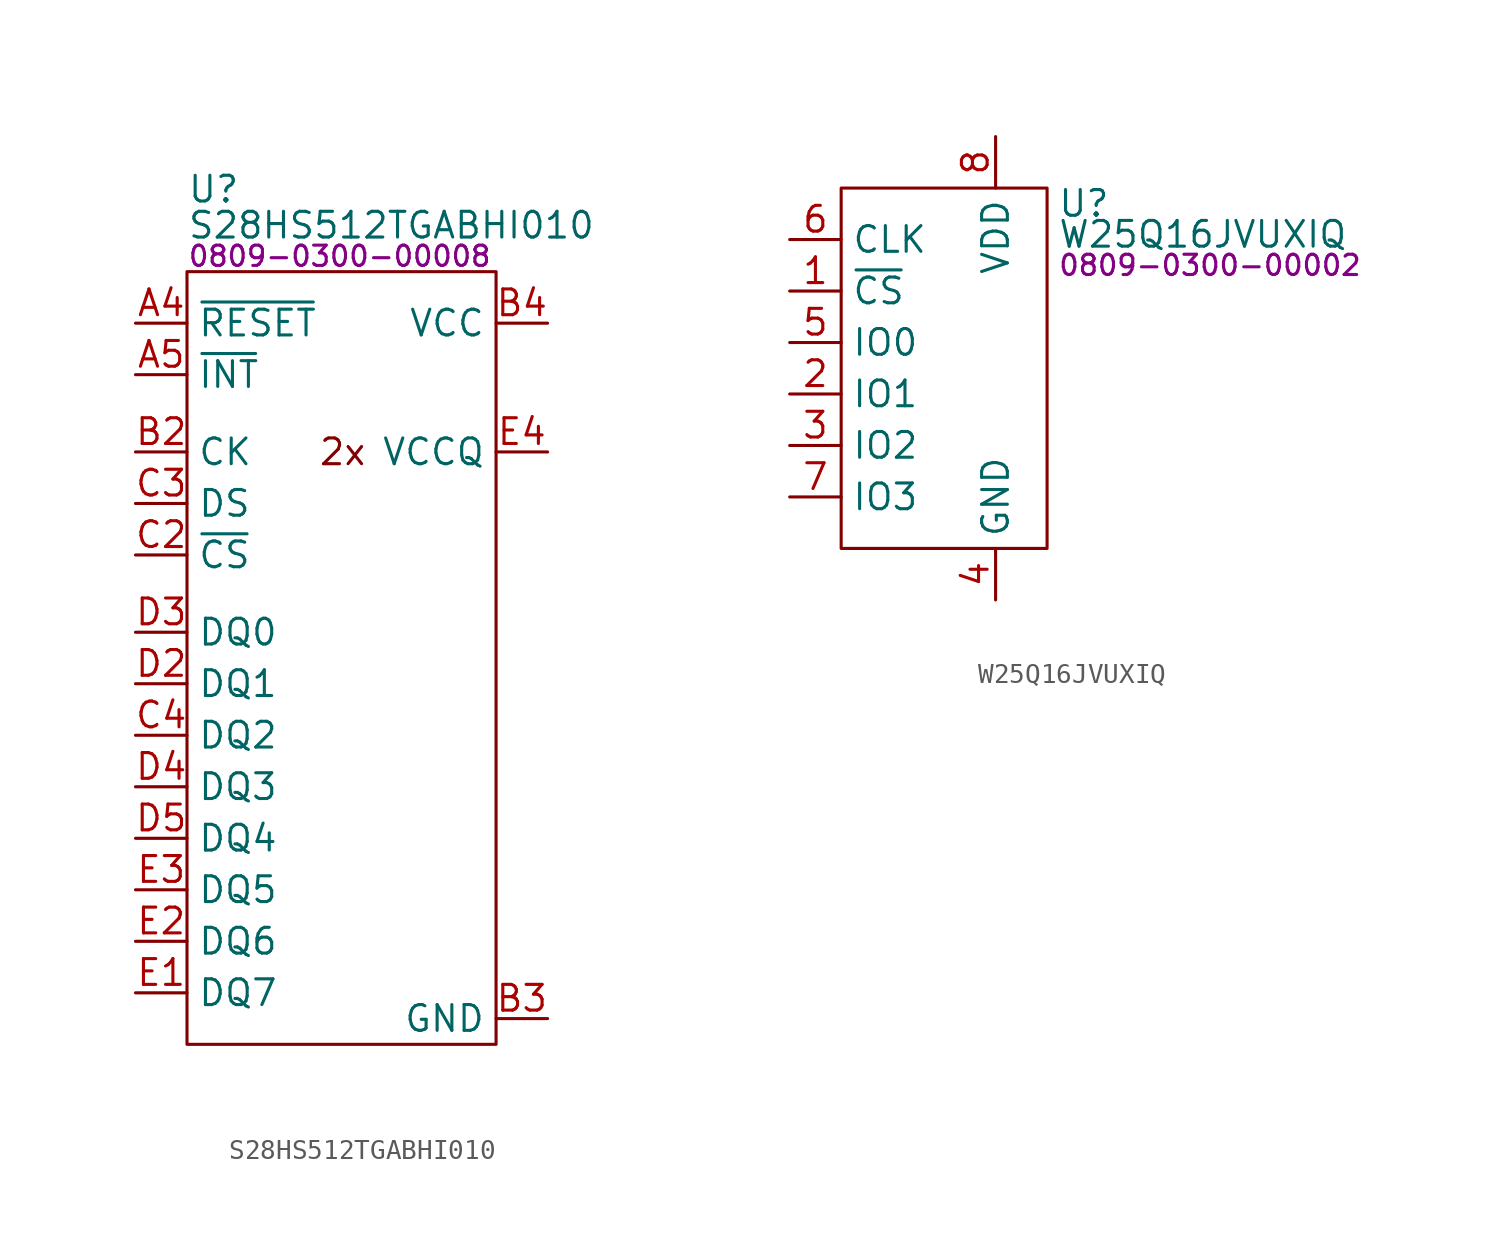
<source format=kicad_sym>
(kicad_symbol_lib
  (version 20231120)
  (generator "kicad_symbol_editor")
  (generator_version "8.0")
  (symbol "S28HS512TGABHI010"
    (property "Reference" "U"
      (at 0 4.064 0)
      (effects (font (size 1.27 1.27)) (justify left)))
    (property "Value" "S28HS512TGABHI010"
      (at 0 2.286 0)
      (effects (font (size 1.27 1.27)) (justify left)))
    (property "PartNumber" "0809-0300-00008"
      (at 0 0.762 0)
      (effects (font (size 1 1)) (justify left)))
    (symbol "S28HS512TGABHI010_0_0"
      (pin no_connect line (at 9.525 -19.685 90) (length 2.54) hide (name "DNU" (effects (font (size 1.27 1.27)))) (number "A2" (effects (font (size 1.27 1.27)))))
      (pin no_connect line (at 9.525 -19.685 90) (length 2.54) hide (name "DNU" (effects (font (size 1.27 1.27)))) (number "A3" (effects (font (size 1.27 1.27)))))
      (pin input line (at -2.54 -2.54 0) (length 2.54) (name "~{RESET}" (effects (font (size 1.27 1.27)))) (number "A4" (effects (font (size 1.27 1.27)))))
      (pin input line (at -2.54 -5.08 0) (length 2.54) (name "~{INT}" (effects (font (size 1.27 1.27)))) (number "A5" (effects (font (size 1.27 1.27)))))
      (pin no_connect line (at 9.525 -19.685 90) (length 2.54) hide (name "DNU" (effects (font (size 1.27 1.27)))) (number "B1" (effects (font (size 1.27 1.27)))))
      (pin input line (at -2.54 -8.89 0) (length 2.54) (name "CK" (effects (font (size 1.27 1.27)))) (number "B2" (effects (font (size 1.27 1.27)))))
      (pin power_in line (at 17.78 -36.83 180) (length 2.54) (name "GND" (effects (font (size 1.27 1.27)))) (number "B3" (effects (font (size 1.27 1.27)))))
      (pin power_in line (at 17.78 -2.54 180) (length 2.54) (name "VCC" (effects (font (size 1.27 1.27)))) (number "B4" (effects (font (size 1.27 1.27)))))
      (pin no_connect line (at 9.525 -19.685 90) (length 2.54) hide (name "DNU" (effects (font (size 1.27 1.27)))) (number "B5" (effects (font (size 1.27 1.27)))))
      (pin power_in line (at 17.78 -36.83 180) (length 2.54) hide (name "GND" (effects (font (size 1.27 1.27)))) (number "C1" (effects (font (size 1.27 1.27)))))
      (pin input line (at -2.54 -13.97 0) (length 2.54) (name "~{CS}" (effects (font (size 1.27 1.27)))) (number "C2" (effects (font (size 1.27 1.27)))))
      (pin input line (at -2.54 -11.43 0) (length 2.54) (name "DS" (effects (font (size 1.27 1.27)))) (number "C3" (effects (font (size 1.27 1.27)))))
      (pin bidirectional line (at -2.54 -22.86 0) (length 2.54) (name "DQ2" (effects (font (size 1.27 1.27)))) (number "C4" (effects (font (size 1.27 1.27)))))
      (pin no_connect line (at 9.525 -19.685 90) (length 2.54) hide (name "DNU" (effects (font (size 1.27 1.27)))) (number "C5" (effects (font (size 1.27 1.27)))))
      (pin power_in line (at 17.78 -8.89 180) (length 2.54) hide (name "VCCQ" (effects (font (size 1.27 1.27)))) (number "D1" (effects (font (size 1.27 1.27)))))
      (pin bidirectional line (at -2.54 -20.32 0) (length 2.54) (name "DQ1" (effects (font (size 1.27 1.27)))) (number "D2" (effects (font (size 1.27 1.27)))))
      (pin bidirectional line (at -2.54 -17.78 0) (length 2.54) (name "DQ0" (effects (font (size 1.27 1.27)))) (number "D3" (effects (font (size 1.27 1.27)))))
      (pin bidirectional line (at -2.54 -25.4 0) (length 2.54) (name "DQ3" (effects (font (size 1.27 1.27)))) (number "D4" (effects (font (size 1.27 1.27)))))
      (pin bidirectional line (at -2.54 -27.94 0) (length 2.54) (name "DQ4" (effects (font (size 1.27 1.27)))) (number "D5" (effects (font (size 1.27 1.27)))))
      (pin bidirectional line (at -2.54 -35.56 0) (length 2.54) (name "DQ7" (effects (font (size 1.27 1.27)))) (number "E1" (effects (font (size 1.27 1.27)))))
      (pin bidirectional line (at -2.54 -33.02 0) (length 2.54) (name "DQ6" (effects (font (size 1.27 1.27)))) (number "E2" (effects (font (size 1.27 1.27)))))
      (pin bidirectional line (at -2.54 -30.48 0) (length 2.54) (name "DQ5" (effects (font (size 1.27 1.27)))) (number "E3" (effects (font (size 1.27 1.27)))))
      (pin power_in line (at 17.78 -8.89 180) (length 2.54) (name "VCCQ" (effects (font (size 1.27 1.27)))) (number "E4" (effects (font (size 1.27 1.27)))))
      (pin power_in line (at 17.78 -36.83 180) (length 2.54) hide (name "GND" (effects (font (size 1.27 1.27)))) (number "E5" (effects (font (size 1.27 1.27))))))
    (symbol "S28HS512TGABHI010_0_1"
      (rectangle (start 0 0) (end 15.24 -38.1) (stroke (width 0) (type default)) (fill (type none)))
      (text "2x" (at 8.89 -8.89 0) (effects (font (size 1.27 1.27)) (justify right)))))
  (symbol "W25Q16JVUXIQ"
    (property "Reference" "U"
      (at 10.668 -0.762 0)
      (effects (font (size 1.27 1.27)) (justify left)))
    (property "Value" "W25Q16JVUXIQ"
      (at 10.668 -2.286 0)
      (effects (font (size 1.27 1.27)) (justify left)))
    (property "PartNumber" "0809-0300-00002"
      (at 10.668 -3.81 0)
      (effects (font (size 1 1)) (justify left)))
    (symbol "W25Q16JVUXIQ_0_0"
      (pin input line (at -2.54 -5.08 0) (length 2.54) (name "~{CS}" (effects (font (size 1.27 1.27)))) (number "1" (effects (font (size 1.27 1.27)))))
      (pin bidirectional line (at -2.54 -10.16 0) (length 2.54) (name "IO1" (effects (font (size 1.27 1.27)))) (number "2" (effects (font (size 1.27 1.27)))))
      (pin bidirectional line (at -2.54 -12.7 0) (length 2.54) (name "IO2" (effects (font (size 1.27 1.27)))) (number "3" (effects (font (size 1.27 1.27)))))
      (pin power_in line (at 7.62 -20.32 90) (length 2.54) (name "GND" (effects (font (size 1.27 1.27)))) (number "4" (effects (font (size 1.27 1.27)))))
      (pin bidirectional line (at -2.54 -7.62 0) (length 2.54) (name "IO0" (effects (font (size 1.27 1.27)))) (number "5" (effects (font (size 1.27 1.27)))))
      (pin input line (at -2.54 -2.54 0) (length 2.54) (name "CLK" (effects (font (size 1.27 1.27)))) (number "6" (effects (font (size 1.27 1.27)))))
      (pin bidirectional line (at -2.54 -15.24 0) (length 2.54) (name "IO3" (effects (font (size 1.27 1.27)))) (number "7" (effects (font (size 1.27 1.27)))))
      (pin power_in line (at 7.62 2.54 270) (length 2.54) (name "VDD" (effects (font (size 1.27 1.27)))) (number "8" (effects (font (size 1.27 1.27))))))
    (symbol "W25Q16JVUXIQ_0_1"
      (rectangle (start 0 0) (end 10.16 -17.78) (stroke (width 0) (type default)) (fill (type none))))))
</source>
